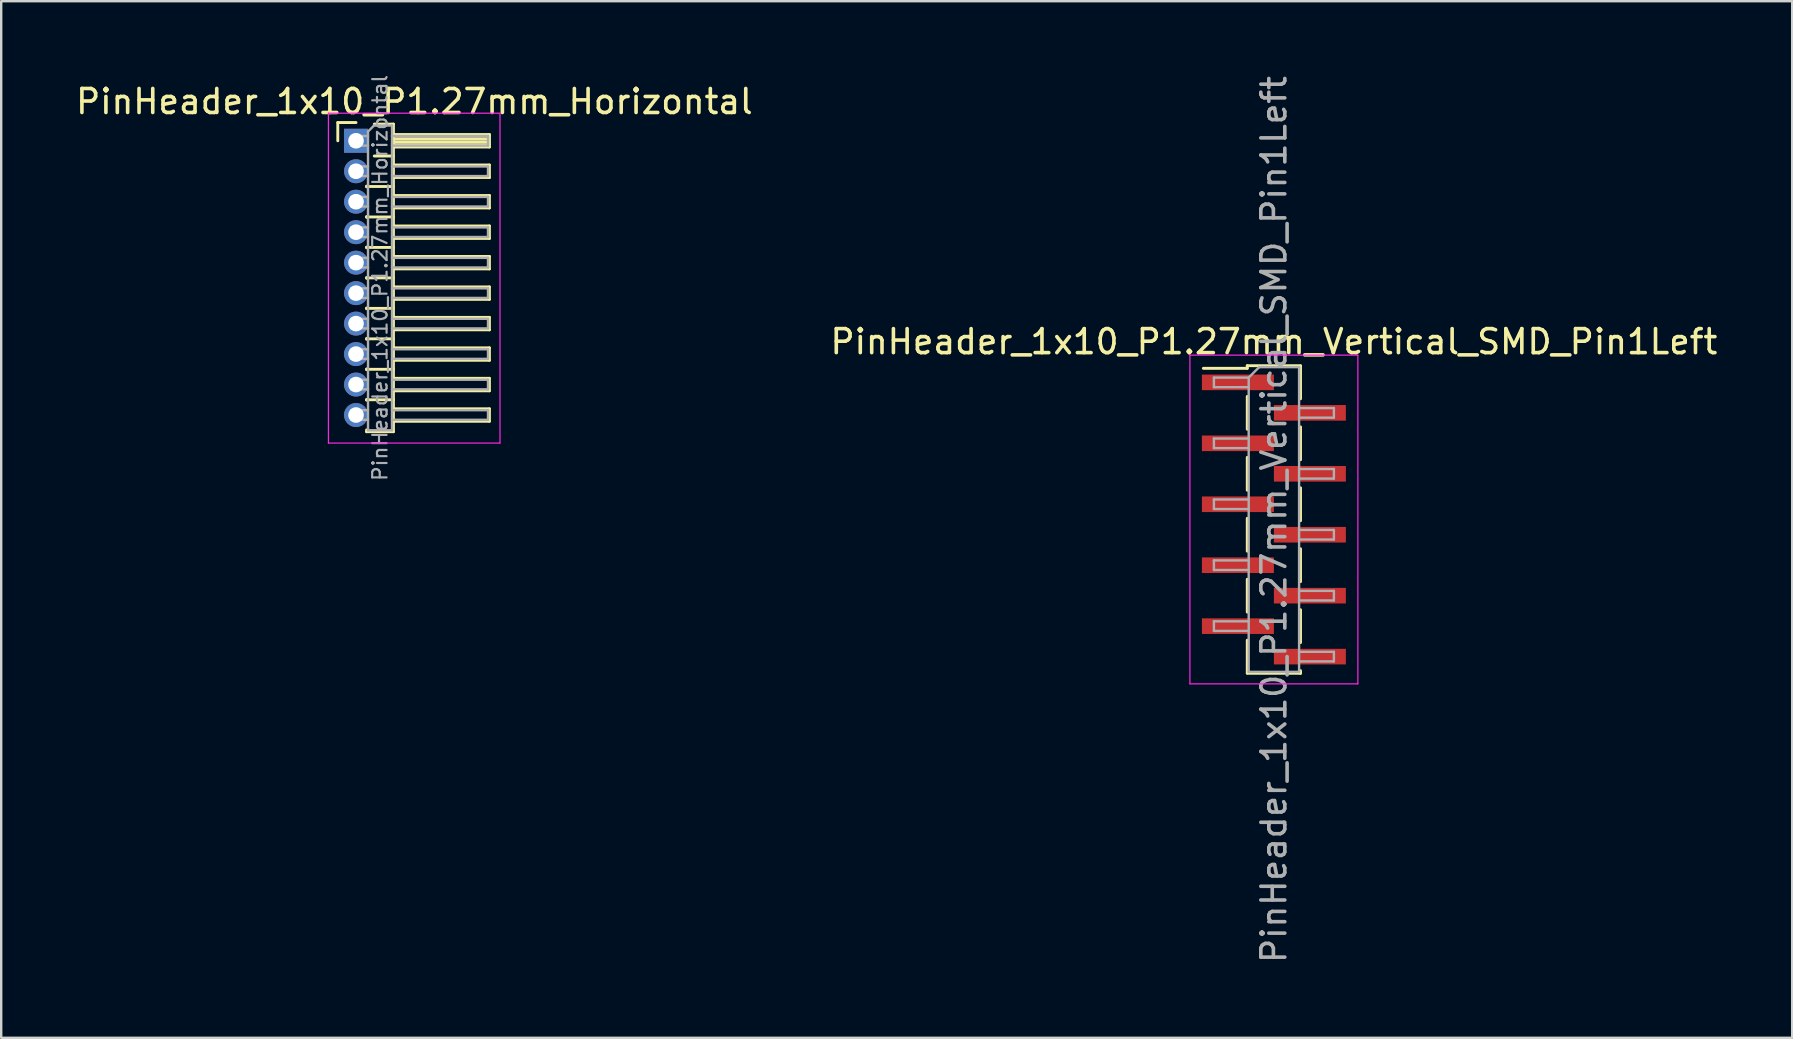
<source format=kicad_pcb>
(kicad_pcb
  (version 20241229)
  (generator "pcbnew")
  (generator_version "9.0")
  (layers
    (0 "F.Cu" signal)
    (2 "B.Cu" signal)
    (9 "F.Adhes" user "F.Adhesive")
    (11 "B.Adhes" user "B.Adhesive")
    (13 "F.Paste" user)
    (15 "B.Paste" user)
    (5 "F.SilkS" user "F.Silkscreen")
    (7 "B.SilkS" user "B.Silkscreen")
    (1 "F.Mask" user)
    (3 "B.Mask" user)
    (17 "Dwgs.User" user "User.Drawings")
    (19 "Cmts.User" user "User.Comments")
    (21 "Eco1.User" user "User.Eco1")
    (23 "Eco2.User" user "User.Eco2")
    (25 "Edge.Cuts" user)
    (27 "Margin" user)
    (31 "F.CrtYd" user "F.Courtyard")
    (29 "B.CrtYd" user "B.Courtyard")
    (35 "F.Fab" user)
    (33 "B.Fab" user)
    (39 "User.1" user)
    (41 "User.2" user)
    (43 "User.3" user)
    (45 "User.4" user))
  (footprint "PinHeader_1x10_P1.27mm_Horizontal"
    (layer "F.Cu")
    (at 11.788 2.817)
    (property "Reference" "PinHeader_1x10_P1.27mm_Horizontal" (at 2.433 -1.635 0) (layer "F.SilkS") (effects (font (size 1 1) (thickness 0.15))))
    (attr through_hole)
    (fp_line (start -0.76 -0.76) (end 0 -0.76) (stroke (width 0.12) (type solid)) (layer "F.SilkS"))
    (fp_line (start -0.76 0) (end -0.76 -0.76) (stroke (width 0.12) (type solid)) (layer "F.SilkS"))
    (fp_line (start 0.44 1.89) (end 0.44 1.92) (stroke (width 0.12) (type solid)) (layer "F.SilkS"))
    (fp_line (start 0.44 1.905) (end 1.56 1.905) (stroke (width 0.12) (type solid)) (layer "F.SilkS"))
    (fp_line (start 0.44 3.16) (end 0.44 3.19) (stroke (width 0.12) (type solid)) (layer "F.SilkS"))
    (fp_line (start 0.44 3.175) (end 1.56 3.175) (stroke (width 0.12) (type solid)) (layer "F.SilkS"))
    (fp_line (start 0.44 4.43) (end 0.44 4.46) (stroke (width 0.12) (type solid)) (layer "F.SilkS"))
    (fp_line (start 0.44 4.445) (end 1.56 4.445) (stroke (width 0.12) (type solid)) (layer "F.SilkS"))
    (fp_line (start 0.44 5.7) (end 0.44 5.73) (stroke (width 0.12) (type solid)) (layer "F.SilkS"))
    (fp_line (start 0.44 5.715) (end 1.56 5.715) (stroke (width 0.12) (type solid)) (layer "F.SilkS"))
    (fp_line (start 0.44 6.97) (end 0.44 7) (stroke (width 0.12) (type solid)) (layer "F.SilkS"))
    (fp_line (start 0.44 6.985) (end 1.56 6.985) (stroke (width 0.12) (type solid)) (layer "F.SilkS"))
    (fp_line (start 0.44 8.24) (end 0.44 8.27) (stroke (width 0.12) (type solid)) (layer "F.SilkS"))
    (fp_line (start 0.44 8.255) (end 1.56 8.255) (stroke (width 0.12) (type solid)) (layer "F.SilkS"))
    (fp_line (start 0.44 9.51) (end 0.44 9.54) (stroke (width 0.12) (type solid)) (layer "F.SilkS"))
    (fp_line (start 0.44 9.525) (end 1.56 9.525) (stroke (width 0.12) (type solid)) (layer "F.SilkS"))
    (fp_line (start 0.44 10.78) (end 0.44 10.81) (stroke (width 0.12) (type solid)) (layer "F.SilkS"))
    (fp_line (start 0.44 10.795) (end 1.56 10.795) (stroke (width 0.12) (type solid)) (layer "F.SilkS"))
    (fp_line (start 0.44 12.125) (end 0.44 12.05) (stroke (width 0.12) (type solid)) (layer "F.SilkS"))
    (fp_line (start 0.76 -0.695) (end 1.56 -0.695) (stroke (width 0.12) (type solid)) (layer "F.SilkS"))
    (fp_line (start 0.76 0.635) (end 1.56 0.635) (stroke (width 0.12) (type solid)) (layer "F.SilkS"))
    (fp_line (start 1.56 -0.695) (end 1.56 12.125) (stroke (width 0.12) (type solid)) (layer "F.SilkS"))
    (fp_line (start 1.56 -0.26) (end 5.56 -0.26) (stroke (width 0.12) (type solid)) (layer "F.SilkS"))
    (fp_line (start 1.56 -0.2) (end 5.56 -0.2) (stroke (width 0.12) (type solid)) (layer "F.SilkS"))
    (fp_line (start 1.56 -0.08) (end 5.56 -0.08) (stroke (width 0.12) (type solid)) (layer "F.SilkS"))
    (fp_line (start 1.56 0.04) (end 5.56 0.04) (stroke (width 0.12) (type solid)) (layer "F.SilkS"))
    (fp_line (start 1.56 0.16) (end 5.56 0.16) (stroke (width 0.12) (type solid)) (layer "F.SilkS"))
    (fp_line (start 1.56 1.01) (end 5.56 1.01) (stroke (width 0.12) (type solid)) (layer "F.SilkS"))
    (fp_line (start 1.56 2.28) (end 5.56 2.28) (stroke (width 0.12) (type solid)) (layer "F.SilkS"))
    (fp_line (start 1.56 3.55) (end 5.56 3.55) (stroke (width 0.12) (type solid)) (layer "F.SilkS"))
    (fp_line (start 1.56 4.82) (end 5.56 4.82) (stroke (width 0.12) (type solid)) (layer "F.SilkS"))
    (fp_line (start 1.56 6.09) (end 5.56 6.09) (stroke (width 0.12) (type solid)) (layer "F.SilkS"))
    (fp_line (start 1.56 7.36) (end 5.56 7.36) (stroke (width 0.12) (type solid)) (layer "F.SilkS"))
    (fp_line (start 1.56 8.63) (end 5.56 8.63) (stroke (width 0.12) (type solid)) (layer "F.SilkS"))
    (fp_line (start 1.56 9.9) (end 5.56 9.9) (stroke (width 0.12) (type solid)) (layer "F.SilkS"))
    (fp_line (start 1.56 11.17) (end 5.56 11.17) (stroke (width 0.12) (type solid)) (layer "F.SilkS"))
    (fp_line (start 1.56 12.125) (end 0.44 12.125) (stroke (width 0.12) (type solid)) (layer "F.SilkS"))
    (fp_line (start 5.56 -0.26) (end 5.56 0.26) (stroke (width 0.12) (type solid)) (layer "F.SilkS"))
    (fp_line (start 5.56 0.26) (end 1.56 0.26) (stroke (width 0.12) (type solid)) (layer "F.SilkS"))
    (fp_line (start 5.56 1.01) (end 5.56 1.53) (stroke (width 0.12) (type solid)) (layer "F.SilkS"))
    (fp_line (start 5.56 1.53) (end 1.56 1.53) (stroke (width 0.12) (type solid)) (layer "F.SilkS"))
    (fp_line (start 5.56 2.28) (end 5.56 2.8) (stroke (width 0.12) (type solid)) (layer "F.SilkS"))
    (fp_line (start 5.56 2.8) (end 1.56 2.8) (stroke (width 0.12) (type solid)) (layer "F.SilkS"))
    (fp_line (start 5.56 3.55) (end 5.56 4.07) (stroke (width 0.12) (type solid)) (layer "F.SilkS"))
    (fp_line (start 5.56 4.07) (end 1.56 4.07) (stroke (width 0.12) (type solid)) (layer "F.SilkS"))
    (fp_line (start 5.56 4.82) (end 5.56 5.34) (stroke (width 0.12) (type solid)) (layer "F.SilkS"))
    (fp_line (start 5.56 5.34) (end 1.56 5.34) (stroke (width 0.12) (type solid)) (layer "F.SilkS"))
    (fp_line (start 5.56 6.09) (end 5.56 6.61) (stroke (width 0.12) (type solid)) (layer "F.SilkS"))
    (fp_line (start 5.56 6.61) (end 1.56 6.61) (stroke (width 0.12) (type solid)) (layer "F.SilkS"))
    (fp_line (start 5.56 7.36) (end 5.56 7.88) (stroke (width 0.12) (type solid)) (layer "F.SilkS"))
    (fp_line (start 5.56 7.88) (end 1.56 7.88) (stroke (width 0.12) (type solid)) (layer "F.SilkS"))
    (fp_line (start 5.56 8.63) (end 5.56 9.15) (stroke (width 0.12) (type solid)) (layer "F.SilkS"))
    (fp_line (start 5.56 9.15) (end 1.56 9.15) (stroke (width 0.12) (type solid)) (layer "F.SilkS"))
    (fp_line (start 5.56 9.9) (end 5.56 10.42) (stroke (width 0.12) (type solid)) (layer "F.SilkS"))
    (fp_line (start 5.56 10.42) (end 1.56 10.42) (stroke (width 0.12) (type solid)) (layer "F.SilkS"))
    (fp_line (start 5.56 11.17) (end 5.56 11.69) (stroke (width 0.12) (type solid)) (layer "F.SilkS"))
    (fp_line (start 5.56 11.69) (end 1.56 11.69) (stroke (width 0.12) (type solid)) (layer "F.SilkS"))
    (fp_line (start -1.15 -1.15) (end -1.15 12.6) (stroke (width 0.05) (type solid)) (layer "F.CrtYd"))
    (fp_line (start -1.15 12.6) (end 6 12.6) (stroke (width 0.05) (type solid)) (layer "F.CrtYd"))
    (fp_line (start 6 -1.15) (end -1.15 -1.15) (stroke (width 0.05) (type solid)) (layer "F.CrtYd"))
    (fp_line (start 6 12.6) (end 6 -1.15) (stroke (width 0.05) (type solid)) (layer "F.CrtYd"))
    (fp_line (start -0.2 -0.2) (end -0.2 0.2) (stroke (width 0.1) (type solid)) (layer "F.Fab"))
    (fp_line (start -0.2 -0.2) (end 0.5 -0.2) (stroke (width 0.1) (type solid)) (layer "F.Fab"))
    (fp_line (start -0.2 0.2) (end 0.5 0.2) (stroke (width 0.1) (type solid)) (layer "F.Fab"))
    (fp_line (start -0.2 1.07) (end -0.2 1.47) (stroke (width 0.1) (type solid)) (layer "F.Fab"))
    (fp_line (start -0.2 1.07) (end 0.5 1.07) (stroke (width 0.1) (type solid)) (layer "F.Fab"))
    (fp_line (start -0.2 1.47) (end 0.5 1.47) (stroke (width 0.1) (type solid)) (layer "F.Fab"))
    (fp_line (start -0.2 2.34) (end -0.2 2.74) (stroke (width 0.1) (type solid)) (layer "F.Fab"))
    (fp_line (start -0.2 2.34) (end 0.5 2.34) (stroke (width 0.1) (type solid)) (layer "F.Fab"))
    (fp_line (start -0.2 2.74) (end 0.5 2.74) (stroke (width 0.1) (type solid)) (layer "F.Fab"))
    (fp_line (start -0.2 3.61) (end -0.2 4.01) (stroke (width 0.1) (type solid)) (layer "F.Fab"))
    (fp_line (start -0.2 3.61) (end 0.5 3.61) (stroke (width 0.1) (type solid)) (layer "F.Fab"))
    (fp_line (start -0.2 4.01) (end 0.5 4.01) (stroke (width 0.1) (type solid)) (layer "F.Fab"))
    (fp_line (start -0.2 4.88) (end -0.2 5.28) (stroke (width 0.1) (type solid)) (layer "F.Fab"))
    (fp_line (start -0.2 4.88) (end 0.5 4.88) (stroke (width 0.1) (type solid)) (layer "F.Fab"))
    (fp_line (start -0.2 5.28) (end 0.5 5.28) (stroke (width 0.1) (type solid)) (layer "F.Fab"))
    (fp_line (start -0.2 6.15) (end -0.2 6.55) (stroke (width 0.1) (type solid)) (layer "F.Fab"))
    (fp_line (start -0.2 6.15) (end 0.5 6.15) (stroke (width 0.1) (type solid)) (layer "F.Fab"))
    (fp_line (start -0.2 6.55) (end 0.5 6.55) (stroke (width 0.1) (type solid)) (layer "F.Fab"))
    (fp_line (start -0.2 7.42) (end -0.2 7.82) (stroke (width 0.1) (type solid)) (layer "F.Fab"))
    (fp_line (start -0.2 7.42) (end 0.5 7.42) (stroke (width 0.1) (type solid)) (layer "F.Fab"))
    (fp_line (start -0.2 7.82) (end 0.5 7.82) (stroke (width 0.1) (type solid)) (layer "F.Fab"))
    (fp_line (start -0.2 8.69) (end -0.2 9.09) (stroke (width 0.1) (type solid)) (layer "F.Fab"))
    (fp_line (start -0.2 8.69) (end 0.5 8.69) (stroke (width 0.1) (type solid)) (layer "F.Fab"))
    (fp_line (start -0.2 9.09) (end 0.5 9.09) (stroke (width 0.1) (type solid)) (layer "F.Fab"))
    (fp_line (start -0.2 9.96) (end -0.2 10.36) (stroke (width 0.1) (type solid)) (layer "F.Fab"))
    (fp_line (start -0.2 9.96) (end 0.5 9.96) (stroke (width 0.1) (type solid)) (layer "F.Fab"))
    (fp_line (start -0.2 10.36) (end 0.5 10.36) (stroke (width 0.1) (type solid)) (layer "F.Fab"))
    (fp_line (start -0.2 11.23) (end -0.2 11.63) (stroke (width 0.1) (type solid)) (layer "F.Fab"))
    (fp_line (start -0.2 11.23) (end 0.5 11.23) (stroke (width 0.1) (type solid)) (layer "F.Fab"))
    (fp_line (start -0.2 11.63) (end 0.5 11.63) (stroke (width 0.1) (type solid)) (layer "F.Fab"))
    (fp_line (start 0.5 -0.385) (end 0.75 -0.635) (stroke (width 0.1) (type solid)) (layer "F.Fab"))
    (fp_line (start 0.5 12.065) (end 0.5 -0.385) (stroke (width 0.1) (type solid)) (layer "F.Fab"))
    (fp_line (start 0.75 -0.635) (end 1.5 -0.635) (stroke (width 0.1) (type solid)) (layer "F.Fab"))
    (fp_line (start 1.5 -0.635) (end 1.5 12.065) (stroke (width 0.1) (type solid)) (layer "F.Fab"))
    (fp_line (start 1.5 -0.2) (end 5.5 -0.2) (stroke (width 0.1) (type solid)) (layer "F.Fab"))
    (fp_line (start 1.5 0.2) (end 5.5 0.2) (stroke (width 0.1) (type solid)) (layer "F.Fab"))
    (fp_line (start 1.5 1.07) (end 5.5 1.07) (stroke (width 0.1) (type solid)) (layer "F.Fab"))
    (fp_line (start 1.5 1.47) (end 5.5 1.47) (stroke (width 0.1) (type solid)) (layer "F.Fab"))
    (fp_line (start 1.5 2.34) (end 5.5 2.34) (stroke (width 0.1) (type solid)) (layer "F.Fab"))
    (fp_line (start 1.5 2.74) (end 5.5 2.74) (stroke (width 0.1) (type solid)) (layer "F.Fab"))
    (fp_line (start 1.5 3.61) (end 5.5 3.61) (stroke (width 0.1) (type solid)) (layer "F.Fab"))
    (fp_line (start 1.5 4.01) (end 5.5 4.01) (stroke (width 0.1) (type solid)) (layer "F.Fab"))
    (fp_line (start 1.5 4.88) (end 5.5 4.88) (stroke (width 0.1) (type solid)) (layer "F.Fab"))
    (fp_line (start 1.5 5.28) (end 5.5 5.28) (stroke (width 0.1) (type solid)) (layer "F.Fab"))
    (fp_line (start 1.5 6.15) (end 5.5 6.15) (stroke (width 0.1) (type solid)) (layer "F.Fab"))
    (fp_line (start 1.5 6.55) (end 5.5 6.55) (stroke (width 0.1) (type solid)) (layer "F.Fab"))
    (fp_line (start 1.5 7.42) (end 5.5 7.42) (stroke (width 0.1) (type solid)) (layer "F.Fab"))
    (fp_line (start 1.5 7.82) (end 5.5 7.82) (stroke (width 0.1) (type solid)) (layer "F.Fab"))
    (fp_line (start 1.5 8.69) (end 5.5 8.69) (stroke (width 0.1) (type solid)) (layer "F.Fab"))
    (fp_line (start 1.5 9.09) (end 5.5 9.09) (stroke (width 0.1) (type solid)) (layer "F.Fab"))
    (fp_line (start 1.5 9.96) (end 5.5 9.96) (stroke (width 0.1) (type solid)) (layer "F.Fab"))
    (fp_line (start 1.5 10.36) (end 5.5 10.36) (stroke (width 0.1) (type solid)) (layer "F.Fab"))
    (fp_line (start 1.5 11.23) (end 5.5 11.23) (stroke (width 0.1) (type solid)) (layer "F.Fab"))
    (fp_line (start 1.5 11.63) (end 5.5 11.63) (stroke (width 0.1) (type solid)) (layer "F.Fab"))
    (fp_line (start 1.5 12.065) (end 0.5 12.065) (stroke (width 0.1) (type solid)) (layer "F.Fab"))
    (fp_line (start 5.5 -0.2) (end 5.5 0.2) (stroke (width 0.1) (type solid)) (layer "F.Fab"))
    (fp_line (start 5.5 1.07) (end 5.5 1.47) (stroke (width 0.1) (type solid)) (layer "F.Fab"))
    (fp_line (start 5.5 2.34) (end 5.5 2.74) (stroke (width 0.1) (type solid)) (layer "F.Fab"))
    (fp_line (start 5.5 3.61) (end 5.5 4.01) (stroke (width 0.1) (type solid)) (layer "F.Fab"))
    (fp_line (start 5.5 4.88) (end 5.5 5.28) (stroke (width 0.1) (type solid)) (layer "F.Fab"))
    (fp_line (start 5.5 6.15) (end 5.5 6.55) (stroke (width 0.1) (type solid)) (layer "F.Fab"))
    (fp_line (start 5.5 7.42) (end 5.5 7.82) (stroke (width 0.1) (type solid)) (layer "F.Fab"))
    (fp_line (start 5.5 8.69) (end 5.5 9.09) (stroke (width 0.1) (type solid)) (layer "F.Fab"))
    (fp_line (start 5.5 9.96) (end 5.5 10.36) (stroke (width 0.1) (type solid)) (layer "F.Fab"))
    (fp_line (start 5.5 11.23) (end 5.5 11.63) (stroke (width 0.1) (type solid)) (layer "F.Fab"))
    (fp_text user "${REFERENCE}" (at 1 5.715 90) (layer "F.Fab") (effects (font (size 0.6 0.6) (thickness 0.09))))
    (pad "1" thru_hole rect (at 0 0) (size 1 1) (drill 0.65) (layers "*.Cu" "*.Mask"))
    (pad "2" thru_hole oval (at 0 1.27) (size 1 1) (drill 0.65) (layers "*.Cu" "*.Mask"))
    (pad "3" thru_hole oval (at 0 2.54) (size 1 1) (drill 0.65) (layers "*.Cu" "*.Mask"))
    (pad "4" thru_hole oval (at 0 3.81) (size 1 1) (drill 0.65) (layers "*.Cu" "*.Mask"))
    (pad "5" thru_hole oval (at 0 5.08) (size 1 1) (drill 0.65) (layers "*.Cu" "*.Mask"))
    (pad "6" thru_hole oval (at 0 6.35) (size 1 1) (drill 0.65) (layers "*.Cu" "*.Mask"))
    (pad "7" thru_hole oval (at 0 7.62) (size 1 1) (drill 0.65) (layers "*.Cu" "*.Mask"))
    (pad "8" thru_hole oval (at 0 8.89) (size 1 1) (drill 0.65) (layers "*.Cu" "*.Mask"))
    (pad "9" thru_hole oval (at 0 10.16) (size 1 1) (drill 0.65) (layers "*.Cu" "*.Mask"))
    (pad "10" thru_hole oval (at 0 11.43) (size 1 1) (drill 0.65) (layers "*.Cu" "*.Mask")))
  (footprint "PinHeader_1x10_P1.27mm_Vertical_SMD_Pin1Left"
    (layer "F.Cu")
    (at 50.042 18.601)
    (property "Reference" "PinHeader_1x10_P1.27mm_Vertical_SMD_Pin1Left" (at 0 -7.41 0) (layer "F.SilkS") (effects (font (size 1 1) (thickness 0.15))))
    (attr smd)
    (fp_line (start -1.11 -6.41) (end -1.11 -6.3) (stroke (width 0.12) (type solid)) (layer "F.SilkS"))
    (fp_line (start -1.11 -6.41) (end 1.11 -6.41) (stroke (width 0.12) (type solid)) (layer "F.SilkS"))
    (fp_line (start -1.11 -6.3) (end -2.94 -6.3) (stroke (width 0.12) (type solid)) (layer "F.SilkS"))
    (fp_line (start -1.11 -5.13) (end -1.11 -3.76) (stroke (width 0.12) (type solid)) (layer "F.SilkS"))
    (fp_line (start -1.11 -2.59) (end -1.11 -1.22) (stroke (width 0.12) (type solid)) (layer "F.SilkS"))
    (fp_line (start -1.11 -0.05) (end -1.11 1.32) (stroke (width 0.12) (type solid)) (layer "F.SilkS"))
    (fp_line (start -1.11 2.49) (end -1.11 3.86) (stroke (width 0.12) (type solid)) (layer "F.SilkS"))
    (fp_line (start -1.11 5.03) (end -1.11 6.4) (stroke (width 0.12) (type solid)) (layer "F.SilkS"))
    (fp_line (start -1.11 6.41) (end 1.11 6.41) (stroke (width 0.12) (type solid)) (layer "F.SilkS"))
    (fp_line (start 1.11 -6.4) (end 1.11 -5.03) (stroke (width 0.12) (type solid)) (layer "F.SilkS"))
    (fp_line (start 1.11 -3.86) (end 1.11 -2.49) (stroke (width 0.12) (type solid)) (layer "F.SilkS"))
    (fp_line (start 1.11 -1.32) (end 1.11 0.05) (stroke (width 0.12) (type solid)) (layer "F.SilkS"))
    (fp_line (start 1.11 1.22) (end 1.11 2.59) (stroke (width 0.12) (type solid)) (layer "F.SilkS"))
    (fp_line (start 1.11 3.76) (end 1.11 5.13) (stroke (width 0.12) (type solid)) (layer "F.SilkS"))
    (fp_line (start 1.11 6.3) (end 1.11 6.41) (stroke (width 0.12) (type solid)) (layer "F.SilkS"))
    (fp_line (start -3.5 -6.85) (end -3.5 6.85) (stroke (width 0.05) (type solid)) (layer "F.CrtYd"))
    (fp_line (start -3.5 6.85) (end 3.5 6.85) (stroke (width 0.05) (type solid)) (layer "F.CrtYd"))
    (fp_line (start 3.5 -6.85) (end -3.5 -6.85) (stroke (width 0.05) (type solid)) (layer "F.CrtYd"))
    (fp_line (start 3.5 6.85) (end 3.5 -6.85) (stroke (width 0.05) (type solid)) (layer "F.CrtYd"))
    (fp_line (start -2.5 -5.915) (end -2.5 -5.515) (stroke (width 0.1) (type solid)) (layer "F.Fab"))
    (fp_line (start -2.5 -5.515) (end -1.05 -5.515) (stroke (width 0.1) (type solid)) (layer "F.Fab"))
    (fp_line (start -2.5 -3.375) (end -2.5 -2.975) (stroke (width 0.1) (type solid)) (layer "F.Fab"))
    (fp_line (start -2.5 -2.975) (end -1.05 -2.975) (stroke (width 0.1) (type solid)) (layer "F.Fab"))
    (fp_line (start -2.5 -0.835) (end -2.5 -0.435) (stroke (width 0.1) (type solid)) (layer "F.Fab"))
    (fp_line (start -2.5 -0.435) (end -1.05 -0.435) (stroke (width 0.1) (type solid)) (layer "F.Fab"))
    (fp_line (start -2.5 1.705) (end -2.5 2.105) (stroke (width 0.1) (type solid)) (layer "F.Fab"))
    (fp_line (start -2.5 2.105) (end -1.05 2.105) (stroke (width 0.1) (type solid)) (layer "F.Fab"))
    (fp_line (start -2.5 4.245) (end -2.5 4.645) (stroke (width 0.1) (type solid)) (layer "F.Fab"))
    (fp_line (start -2.5 4.645) (end -1.05 4.645) (stroke (width 0.1) (type solid)) (layer "F.Fab"))
    (fp_line (start -1.05 -5.915) (end -2.5 -5.915) (stroke (width 0.1) (type solid)) (layer "F.Fab"))
    (fp_line (start -1.05 -5.915) (end -0.615 -6.35) (stroke (width 0.1) (type solid)) (layer "F.Fab"))
    (fp_line (start -1.05 -3.375) (end -2.5 -3.375) (stroke (width 0.1) (type solid)) (layer "F.Fab"))
    (fp_line (start -1.05 -0.835) (end -2.5 -0.835) (stroke (width 0.1) (type solid)) (layer "F.Fab"))
    (fp_line (start -1.05 1.705) (end -2.5 1.705) (stroke (width 0.1) (type solid)) (layer "F.Fab"))
    (fp_line (start -1.05 4.245) (end -2.5 4.245) (stroke (width 0.1) (type solid)) (layer "F.Fab"))
    (fp_line (start -1.05 6.35) (end -1.05 -5.915) (stroke (width 0.1) (type solid)) (layer "F.Fab"))
    (fp_line (start -0.615 -6.35) (end 1.05 -6.35) (stroke (width 0.1) (type solid)) (layer "F.Fab"))
    (fp_line (start 1.05 -6.35) (end 1.05 6.35) (stroke (width 0.1) (type solid)) (layer "F.Fab"))
    (fp_line (start 1.05 -4.645) (end 2.5 -4.645) (stroke (width 0.1) (type solid)) (layer "F.Fab"))
    (fp_line (start 1.05 -2.105) (end 2.5 -2.105) (stroke (width 0.1) (type solid)) (layer "F.Fab"))
    (fp_line (start 1.05 0.435) (end 2.5 0.435) (stroke (width 0.1) (type solid)) (layer "F.Fab"))
    (fp_line (start 1.05 2.975) (end 2.5 2.975) (stroke (width 0.1) (type solid)) (layer "F.Fab"))
    (fp_line (start 1.05 5.515) (end 2.5 5.515) (stroke (width 0.1) (type solid)) (layer "F.Fab"))
    (fp_line (start 1.05 6.35) (end -1.05 6.35) (stroke (width 0.1) (type solid)) (layer "F.Fab"))
    (fp_line (start 2.5 -4.645) (end 2.5 -4.245) (stroke (width 0.1) (type solid)) (layer "F.Fab"))
    (fp_line (start 2.5 -4.245) (end 1.05 -4.245) (stroke (width 0.1) (type solid)) (layer "F.Fab"))
    (fp_line (start 2.5 -2.105) (end 2.5 -1.705) (stroke (width 0.1) (type solid)) (layer "F.Fab"))
    (fp_line (start 2.5 -1.705) (end 1.05 -1.705) (stroke (width 0.1) (type solid)) (layer "F.Fab"))
    (fp_line (start 2.5 0.435) (end 2.5 0.835) (stroke (width 0.1) (type solid)) (layer "F.Fab"))
    (fp_line (start 2.5 0.835) (end 1.05 0.835) (stroke (width 0.1) (type solid)) (layer "F.Fab"))
    (fp_line (start 2.5 2.975) (end 2.5 3.375) (stroke (width 0.1) (type solid)) (layer "F.Fab"))
    (fp_line (start 2.5 3.375) (end 1.05 3.375) (stroke (width 0.1) (type solid)) (layer "F.Fab"))
    (fp_line (start 2.5 5.515) (end 2.5 5.915) (stroke (width 0.1) (type solid)) (layer "F.Fab"))
    (fp_line (start 2.5 5.915) (end 1.05 5.915) (stroke (width 0.1) (type solid)) (layer "F.Fab"))
    (fp_text user "${REFERENCE}" (at 0 0 90) (layer "F.Fab") (effects (font (size 1 1) (thickness 0.15))))
    (pad "1" smd rect (at -1.5 -5.715) (size 3 0.65) (layers "F.Cu" "F.Mask" "F.Paste"))
    (pad "2" smd rect (at 1.5 -4.445) (size 3 0.65) (layers "F.Cu" "F.Mask" "F.Paste"))
    (pad "3" smd rect (at -1.5 -3.175) (size 3 0.65) (layers "F.Cu" "F.Mask" "F.Paste"))
    (pad "4" smd rect (at 1.5 -1.905) (size 3 0.65) (layers "F.Cu" "F.Mask" "F.Paste"))
    (pad "5" smd rect (at -1.5 -0.635) (size 3 0.65) (layers "F.Cu" "F.Mask" "F.Paste"))
    (pad "6" smd rect (at 1.5 0.635) (size 3 0.65) (layers "F.Cu" "F.Mask" "F.Paste"))
    (pad "7" smd rect (at -1.5 1.905) (size 3 0.65) (layers "F.Cu" "F.Mask" "F.Paste"))
    (pad "8" smd rect (at 1.5 3.175) (size 3 0.65) (layers "F.Cu" "F.Mask" "F.Paste"))
    (pad "9" smd rect (at -1.5 4.445) (size 3 0.65) (layers "F.Cu" "F.Mask" "F.Paste"))
    (pad "10" smd rect (at 1.5 5.715) (size 3 0.65) (layers "F.Cu" "F.Mask" "F.Paste")))
  (gr_rect
    (start -3 -3)
    (end 71.643 40.202)
    (stroke (width 0.1) (type default))
    (fill no)
    (layer "Edge.Cuts")))
</source>
